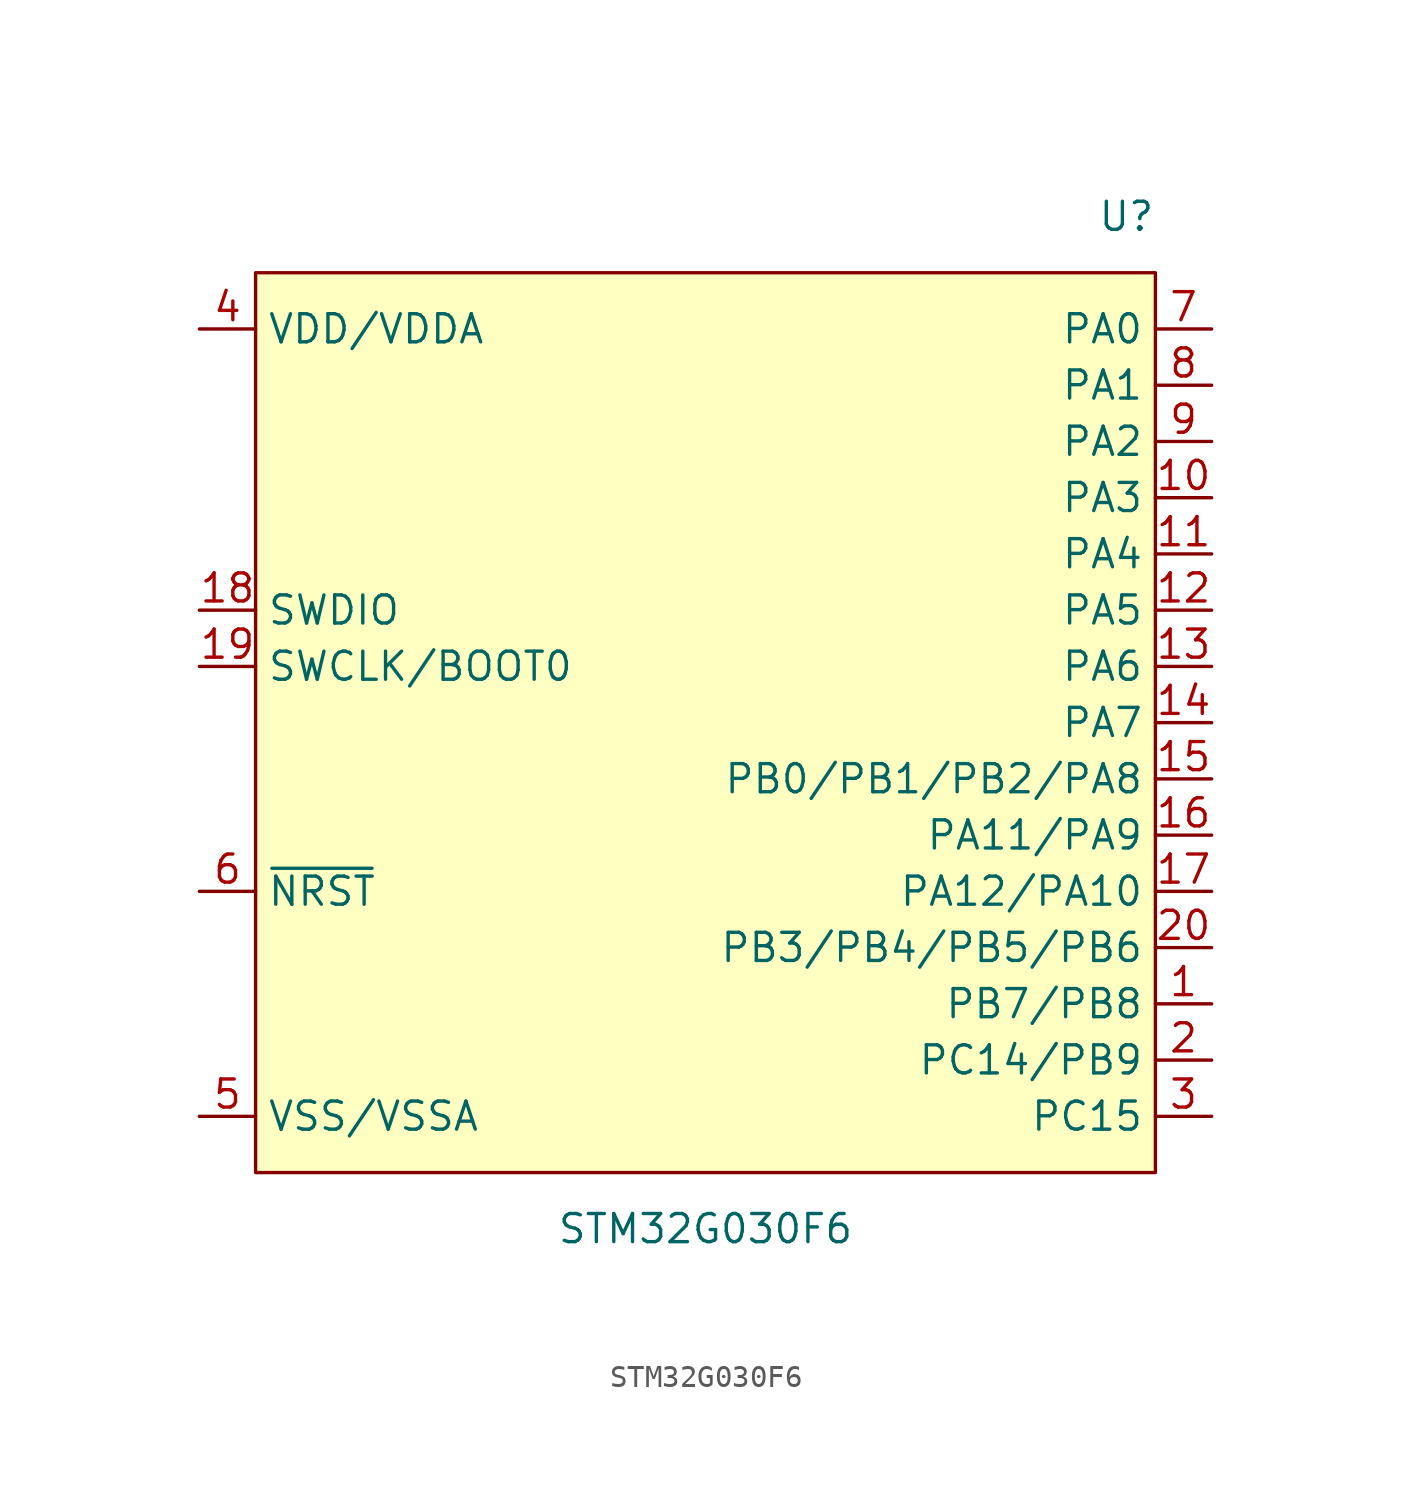
<source format=kicad_sym>
(kicad_symbol_lib
  (version 20231120)
  (generator "kicad_symbol_editor")
  (generator_version "8.0")
  (symbol "STM32G030F6"
    (property "Reference" "U"
      (at 20.32 22.86 0)
      (effects (font (size 1.27 1.27)) (justify right)))
    (property "Value" "STM32G030F6"
      (at 0 -22.86 0)
      (effects (font (size 1.27 1.27))))
    (symbol "STM32G030F6_0_0"
      (pin bidirectional line (at 22.86 -12.7 180) (length 2.54) (name "PB7/PB8" (effects (font (size 1.27 1.27)))) (number "1" (effects (font (size 1.27 1.27)))))
      (pin bidirectional line (at 22.86 10.16 180) (length 2.54) (name "PA3" (effects (font (size 1.27 1.27)))) (number "10" (effects (font (size 1.27 1.27)))))
      (pin bidirectional line (at 22.86 7.62 180) (length 2.54) (name "PA4" (effects (font (size 1.27 1.27)))) (number "11" (effects (font (size 1.27 1.27)))))
      (pin bidirectional line (at 22.86 5.08 180) (length 2.54) (name "PA5" (effects (font (size 1.27 1.27)))) (number "12" (effects (font (size 1.27 1.27)))))
      (pin bidirectional line (at 22.86 2.54 180) (length 2.54) (name "PA6" (effects (font (size 1.27 1.27)))) (number "13" (effects (font (size 1.27 1.27)))))
      (pin bidirectional line (at 22.86 0 180) (length 2.54) (name "PA7" (effects (font (size 1.27 1.27)))) (number "14" (effects (font (size 1.27 1.27)))))
      (pin bidirectional line (at 22.86 -10.16 180) (length 2.54) (name "PB3/PB4/PB5/PB6" (effects (font (size 1.27 1.27)))) (number "20" (effects (font (size 1.27 1.27)))))
      (pin power_in line (at -22.86 17.78 0) (length 2.54) (name "VDD/VDDA" (effects (font (size 1.27 1.27)))) (number "4" (effects (font (size 1.27 1.27)))))
      (pin power_in line (at -22.86 -17.78 0) (length 2.54) (name "VSS/VSSA" (effects (font (size 1.27 1.27)))) (number "5" (effects (font (size 1.27 1.27)))))
      (pin bidirectional line (at 22.86 17.78 180) (length 2.54) (name "PA0" (effects (font (size 1.27 1.27)))) (number "7" (effects (font (size 1.27 1.27)))))
      (pin bidirectional line (at 22.86 15.24 180) (length 2.54) (name "PA1" (effects (font (size 1.27 1.27)))) (number "8" (effects (font (size 1.27 1.27)))))
      (pin bidirectional line (at 22.86 12.7 180) (length 2.54) (name "PA2" (effects (font (size 1.27 1.27)))) (number "9" (effects (font (size 1.27 1.27))))))
    (symbol "STM32G030F6_1_0"
      (pin bidirectional line (at 22.86 -2.54 180) (length 2.54) (name "PB0/PB1/PB2/PA8" (effects (font (size 1.27 1.27)))) (number "15" (effects (font (size 1.27 1.27)))))
      (pin bidirectional line (at 22.86 -5.08 180) (length 2.54) (name "PA11/PA9" (effects (font (size 1.27 1.27)))) (number "16" (effects (font (size 1.27 1.27)))))
      (pin bidirectional line (at 22.86 -7.62 180) (length 2.54) (name "PA12/PA10" (effects (font (size 1.27 1.27)))) (number "17" (effects (font (size 1.27 1.27)))))
      (pin bidirectional line (at -22.86 5.08 0) (length 2.54) (name "SWDIO" (effects (font (size 1.27 1.27)))) (number "18" (effects (font (size 1.27 1.27)))))
      (pin bidirectional line (at -22.86 2.54 0) (length 2.54) (name "SWCLK/BOOT0" (effects (font (size 1.27 1.27)))) (number "19" (effects (font (size 1.27 1.27)))))
      (pin bidirectional line (at 22.86 -15.24 180) (length 2.54) (name "PC14/PB9" (effects (font (size 1.27 1.27)))) (number "2" (effects (font (size 1.27 1.27)))))
      (pin bidirectional line (at 22.86 -17.78 180) (length 2.54) (name "PC15" (effects (font (size 1.27 1.27)))) (number "3" (effects (font (size 1.27 1.27)))))
      (pin bidirectional line (at -22.86 -7.62 0) (length 2.54) (name "~{NRST}" (effects (font (size 1.27 1.27)))) (number "6" (effects (font (size 1.27 1.27))))))
    (symbol "STM32G030F6_1_1"
      (rectangle (start -20.32 20.32) (end 20.32 -20.32) (stroke (width 0) (type default)) (fill (type background))))))
</source>
